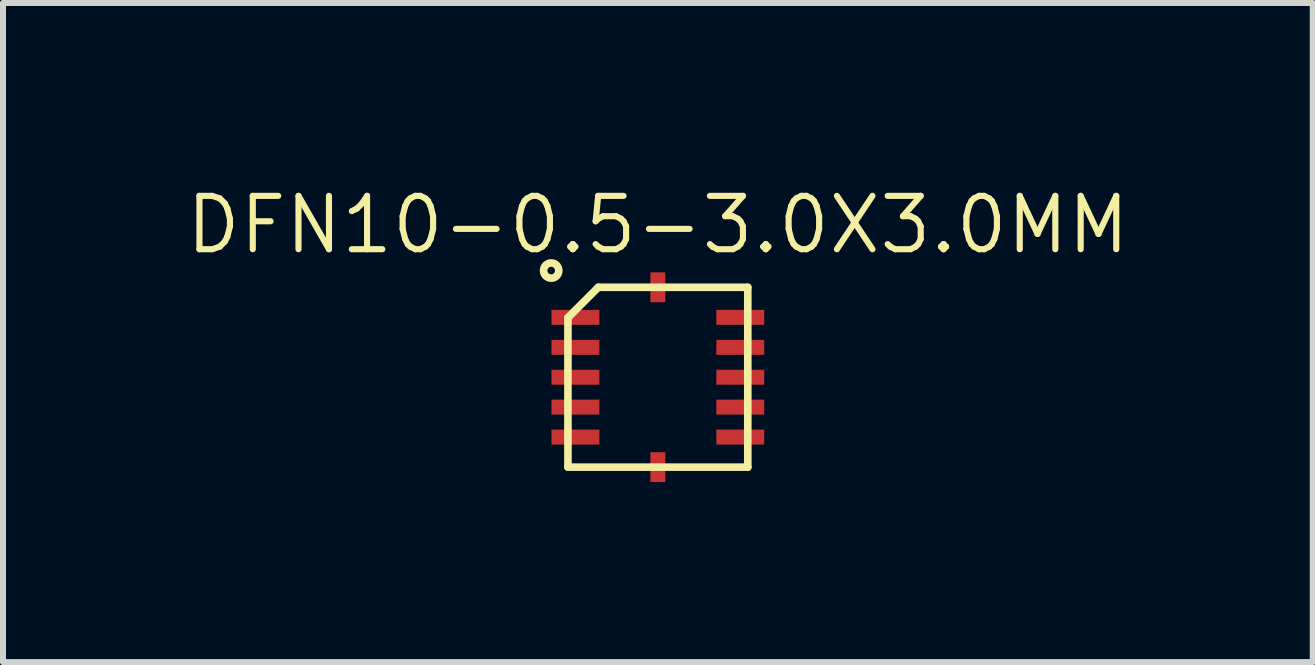
<source format=kicad_pcb>
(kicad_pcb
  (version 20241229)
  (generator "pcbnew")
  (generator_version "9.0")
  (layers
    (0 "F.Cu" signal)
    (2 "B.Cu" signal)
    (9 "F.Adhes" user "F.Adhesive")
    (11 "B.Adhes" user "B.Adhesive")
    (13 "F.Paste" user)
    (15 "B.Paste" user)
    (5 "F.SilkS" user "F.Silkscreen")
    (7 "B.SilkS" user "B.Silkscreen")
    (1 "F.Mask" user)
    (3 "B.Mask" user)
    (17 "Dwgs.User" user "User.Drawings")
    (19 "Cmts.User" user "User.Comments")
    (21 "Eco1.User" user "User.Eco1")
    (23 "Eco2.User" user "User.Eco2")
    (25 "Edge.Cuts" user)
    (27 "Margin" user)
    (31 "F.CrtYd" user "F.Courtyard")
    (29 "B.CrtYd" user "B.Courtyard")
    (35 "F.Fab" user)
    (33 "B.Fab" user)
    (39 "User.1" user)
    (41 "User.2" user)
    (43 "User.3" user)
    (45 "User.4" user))
  (footprint "DFN10-0.5-3.0X3.0MM"
    (layer "F.Cu")
    (at 7.916 3.238)
    (property "Reference" "DFN10-0.5-3.0X3.0MM" (at 0 -2.54 0) (layer "F.SilkS") (effects (font (size 0.889 0.889) (thickness 0.102))))
    (attr smd)
    (fp_line (start -1.499 -0.993) (end -0.993 -1.499) (stroke (width 0.127) (type solid)) (layer "F.SilkS"))
    (fp_line (start -1.499 1.499) (end -1.499 -0.993) (stroke (width 0.127) (type solid)) (layer "F.SilkS"))
    (fp_line (start -0.993 -1.499) (end 1.499 -1.499) (stroke (width 0.127) (type solid)) (layer "F.SilkS"))
    (fp_line (start 1.499 -1.499) (end 1.499 1.499) (stroke (width 0.127) (type solid)) (layer "F.SilkS"))
    (fp_line (start 1.499 1.499) (end -1.499 1.499) (stroke (width 0.127) (type solid)) (layer "F.SilkS"))
    (fp_circle (center -1.778 -1.778) (end -1.651 -1.778) (stroke (width 0.127) (type solid)) (fill no) (layer "F.SilkS"))
    (pad "1" smd rect (at -1.374 -0.998) (size 0.798 0.249) (layers "F.Cu" "F.Mask" "F.Paste"))
    (pad "2" smd rect (at -1.374 -0.498) (size 0.798 0.249) (layers "F.Cu" "F.Mask" "F.Paste"))
    (pad "3" smd rect (at -1.374 0) (size 0.798 0.249) (layers "F.Cu" "F.Mask" "F.Paste"))
    (pad "4" smd rect (at -1.374 0.498) (size 0.798 0.249) (layers "F.Cu" "F.Mask" "F.Paste"))
    (pad "5" smd rect (at -1.374 0.998) (size 0.798 0.249) (layers "F.Cu" "F.Mask" "F.Paste"))
    (pad "6" smd rect (at 1.374 0.998 180) (size 0.798 0.249) (layers "F.Cu" "F.Mask" "F.Paste"))
    (pad "7" smd rect (at 1.374 0.498 180) (size 0.798 0.249) (layers "F.Cu" "F.Mask" "F.Paste"))
    (pad "8" smd rect (at 1.374 0 180) (size 0.798 0.249) (layers "F.Cu" "F.Mask" "F.Paste"))
    (pad "9" smd rect (at 1.374 -0.498 180) (size 0.798 0.249) (layers "F.Cu" "F.Mask" "F.Paste"))
    (pad "10" smd rect (at 1.374 -0.998 180) (size 0.798 0.249) (layers "F.Cu" "F.Mask" "F.Paste"))
    (pad "11" smd rect (at 0 1.499 90) (size 0.498 0.249) (layers "F.Cu" "F.Mask" "F.Paste"))
    (pad "12" smd rect (at 0 -1.499 90) (size 0.498 0.249) (layers "F.Cu" "F.Mask" "F.Paste")))
  (gr_rect
    (start -3 -3)
    (end 18.833 7.986)
    (stroke (width 0.1) (type default))
    (fill no)
    (layer "Edge.Cuts")))
</source>
